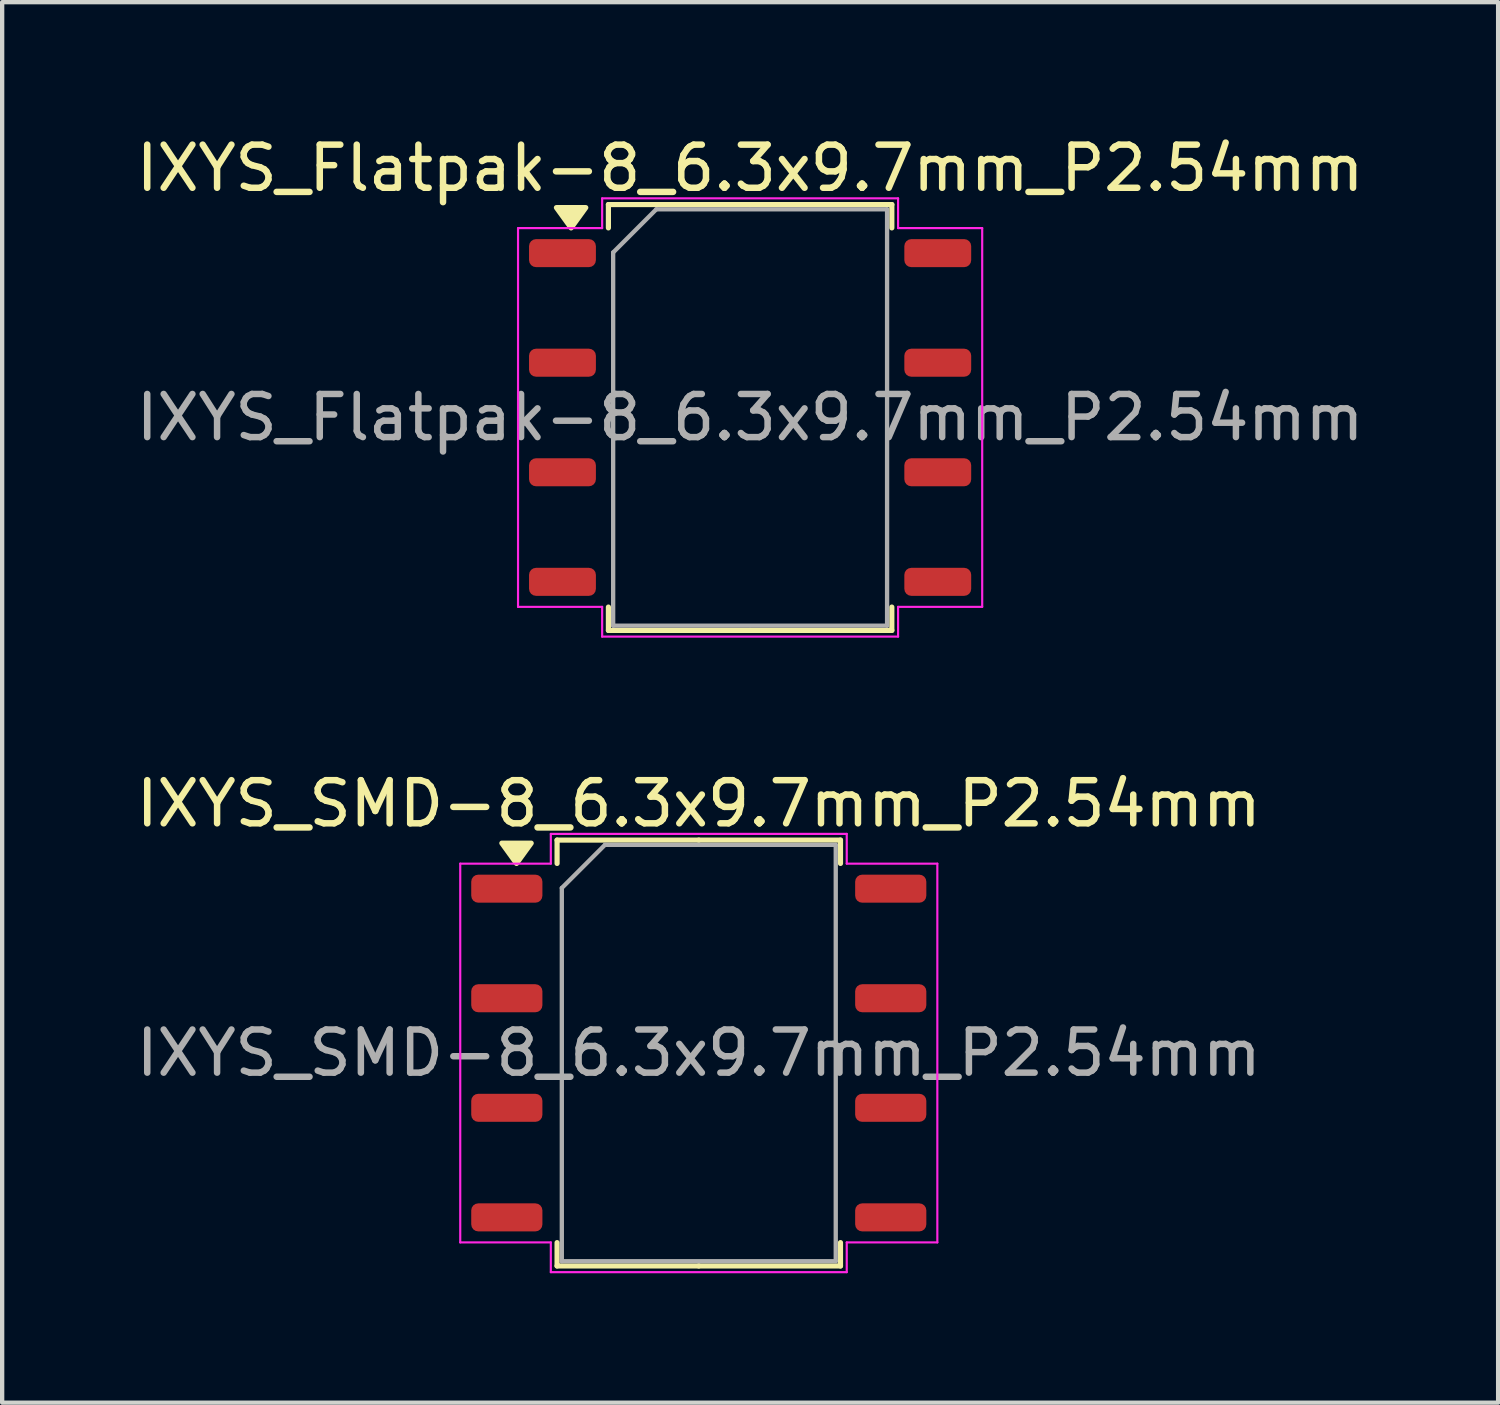
<source format=kicad_pcb>
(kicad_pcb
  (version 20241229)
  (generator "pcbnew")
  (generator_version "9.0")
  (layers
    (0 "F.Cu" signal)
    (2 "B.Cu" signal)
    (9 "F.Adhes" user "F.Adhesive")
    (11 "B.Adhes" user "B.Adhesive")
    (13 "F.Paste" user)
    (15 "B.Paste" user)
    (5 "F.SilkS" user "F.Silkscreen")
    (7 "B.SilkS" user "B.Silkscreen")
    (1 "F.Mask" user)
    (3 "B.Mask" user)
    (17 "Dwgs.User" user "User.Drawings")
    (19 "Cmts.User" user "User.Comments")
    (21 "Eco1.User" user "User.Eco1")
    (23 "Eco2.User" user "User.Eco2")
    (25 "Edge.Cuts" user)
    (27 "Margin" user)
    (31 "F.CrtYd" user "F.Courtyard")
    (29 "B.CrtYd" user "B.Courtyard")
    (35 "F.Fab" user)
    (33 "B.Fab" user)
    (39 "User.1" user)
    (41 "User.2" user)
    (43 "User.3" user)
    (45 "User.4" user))
  (footprint "IXYS_Flatpak-8_6.3x9.7mm_P2.54mm"
    (layer "F.Cu")
    (at 14.339 6.628)
    (property "Reference" "IXYS_Flatpak-8_6.3x9.7mm_P2.54mm" (at 0 -5.78 0) (layer "F.SilkS") (effects (font (size 1 1) (thickness 0.15))))
    (attr smd)
    (fp_line (start -3.285 -4.936) (end -3.285 -4.395) (stroke (width 0.12) (type solid)) (layer "F.SilkS"))
    (fp_line (start -3.285 4.936) (end -3.285 4.395) (stroke (width 0.12) (type solid)) (layer "F.SilkS"))
    (fp_line (start 0 -4.936) (end -3.285 -4.936) (stroke (width 0.12) (type solid)) (layer "F.SilkS"))
    (fp_line (start 0 -4.936) (end 3.285 -4.936) (stroke (width 0.12) (type solid)) (layer "F.SilkS"))
    (fp_line (start 0 4.936) (end -3.285 4.936) (stroke (width 0.12) (type solid)) (layer "F.SilkS"))
    (fp_line (start 0 4.936) (end 3.285 4.936) (stroke (width 0.12) (type solid)) (layer "F.SilkS"))
    (fp_line (start 3.285 -4.936) (end 3.285 -4.395) (stroke (width 0.12) (type solid)) (layer "F.SilkS"))
    (fp_line (start 3.285 4.936) (end 3.285 4.395) (stroke (width 0.12) (type solid)) (layer "F.SilkS"))
    (fp_poly (pts (xy -4.15 -4.395) (xy -4.49 -4.865) (xy -3.81 -4.865)) (stroke (width 0.12) (type solid)) (fill yes) (layer "F.SilkS"))
    (fp_line (start -5.38 -4.39) (end -3.43 -4.39) (stroke (width 0.05) (type solid)) (layer "F.CrtYd"))
    (fp_line (start -5.38 4.39) (end -5.38 -4.39) (stroke (width 0.05) (type solid)) (layer "F.CrtYd"))
    (fp_line (start -3.43 -5.08) (end 3.43 -5.08) (stroke (width 0.05) (type solid)) (layer "F.CrtYd"))
    (fp_line (start -3.43 -4.39) (end -3.43 -5.08) (stroke (width 0.05) (type solid)) (layer "F.CrtYd"))
    (fp_line (start -3.43 4.39) (end -5.38 4.39) (stroke (width 0.05) (type solid)) (layer "F.CrtYd"))
    (fp_line (start -3.43 5.08) (end -3.43 4.39) (stroke (width 0.05) (type solid)) (layer "F.CrtYd"))
    (fp_line (start 3.43 -5.08) (end 3.43 -4.39) (stroke (width 0.05) (type solid)) (layer "F.CrtYd"))
    (fp_line (start 3.43 -4.39) (end 5.38 -4.39) (stroke (width 0.05) (type solid)) (layer "F.CrtYd"))
    (fp_line (start 3.43 4.39) (end 3.43 5.08) (stroke (width 0.05) (type solid)) (layer "F.CrtYd"))
    (fp_line (start 3.43 5.08) (end -3.43 5.08) (stroke (width 0.05) (type solid)) (layer "F.CrtYd"))
    (fp_line (start 5.38 -4.39) (end 5.38 4.39) (stroke (width 0.05) (type solid)) (layer "F.CrtYd"))
    (fp_line (start 5.38 4.39) (end 3.43 4.39) (stroke (width 0.05) (type solid)) (layer "F.CrtYd"))
    (fp_line (start -3.175 -3.826) (end -2.175 -4.826) (stroke (width 0.1) (type solid)) (layer "F.Fab"))
    (fp_line (start -3.175 4.826) (end -3.175 -3.826) (stroke (width 0.1) (type solid)) (layer "F.Fab"))
    (fp_line (start -2.175 -4.826) (end 3.175 -4.826) (stroke (width 0.1) (type solid)) (layer "F.Fab"))
    (fp_line (start 3.175 -4.826) (end 3.175 4.826) (stroke (width 0.1) (type solid)) (layer "F.Fab"))
    (fp_line (start 3.175 4.826) (end -3.175 4.826) (stroke (width 0.1) (type solid)) (layer "F.Fab"))
    (fp_text user "${REFERENCE}" (at 0 0 0) (layer "F.Fab") (effects (font (size 1 1) (thickness 0.15))))
    (pad "1" smd roundrect (at -4.35 -3.81) (size 1.55 0.65) (layers "F.Cu" "F.Mask" "F.Paste") (roundrect_rratio 0.25))
    (pad "2" smd roundrect (at -4.35 -1.27) (size 1.55 0.65) (layers "F.Cu" "F.Mask" "F.Paste") (roundrect_rratio 0.25))
    (pad "3" smd roundrect (at -4.35 1.27) (size 1.55 0.65) (layers "F.Cu" "F.Mask" "F.Paste") (roundrect_rratio 0.25))
    (pad "4" smd roundrect (at -4.35 3.81) (size 1.55 0.65) (layers "F.Cu" "F.Mask" "F.Paste") (roundrect_rratio 0.25))
    (pad "5" smd roundrect (at 4.35 3.81) (size 1.55 0.65) (layers "F.Cu" "F.Mask" "F.Paste") (roundrect_rratio 0.25))
    (pad "6" smd roundrect (at 4.35 1.27) (size 1.55 0.65) (layers "F.Cu" "F.Mask" "F.Paste") (roundrect_rratio 0.25))
    (pad "7" smd roundrect (at 4.35 -1.27) (size 1.55 0.65) (layers "F.Cu" "F.Mask" "F.Paste") (roundrect_rratio 0.25))
    (pad "8" smd roundrect (at 4.35 -3.81) (size 1.55 0.65) (layers "F.Cu" "F.Mask" "F.Paste") (roundrect_rratio 0.25)))
  (footprint "IXYS_SMD-8_6.3x9.7mm_P2.54mm"
    (layer "F.Cu")
    (at 13.149 21.361)
    (property "Reference" "IXYS_SMD-8_6.3x9.7mm_P2.54mm" (at 0 -5.78 0) (layer "F.SilkS") (effects (font (size 1 1) (thickness 0.15))))
    (attr smd)
    (fp_line (start -3.285 -4.936) (end -3.285 -4.395) (stroke (width 0.12) (type solid)) (layer "F.SilkS"))
    (fp_line (start -3.285 4.936) (end -3.285 4.395) (stroke (width 0.12) (type solid)) (layer "F.SilkS"))
    (fp_line (start 0 -4.936) (end -3.285 -4.936) (stroke (width 0.12) (type solid)) (layer "F.SilkS"))
    (fp_line (start 0 -4.936) (end 3.285 -4.936) (stroke (width 0.12) (type solid)) (layer "F.SilkS"))
    (fp_line (start 0 4.936) (end -3.285 4.936) (stroke (width 0.12) (type solid)) (layer "F.SilkS"))
    (fp_line (start 0 4.936) (end 3.285 4.936) (stroke (width 0.12) (type solid)) (layer "F.SilkS"))
    (fp_line (start 3.285 -4.936) (end 3.285 -4.395) (stroke (width 0.12) (type solid)) (layer "F.SilkS"))
    (fp_line (start 3.285 4.936) (end 3.285 4.395) (stroke (width 0.12) (type solid)) (layer "F.SilkS"))
    (fp_poly (pts (xy -4.225 -4.395) (xy -4.565 -4.865) (xy -3.885 -4.865)) (stroke (width 0.12) (type solid)) (fill yes) (layer "F.SilkS"))
    (fp_line (start -5.53 -4.39) (end -3.43 -4.39) (stroke (width 0.05) (type solid)) (layer "F.CrtYd"))
    (fp_line (start -5.53 4.39) (end -5.53 -4.39) (stroke (width 0.05) (type solid)) (layer "F.CrtYd"))
    (fp_line (start -3.43 -5.08) (end 3.43 -5.08) (stroke (width 0.05) (type solid)) (layer "F.CrtYd"))
    (fp_line (start -3.43 -4.39) (end -3.43 -5.08) (stroke (width 0.05) (type solid)) (layer "F.CrtYd"))
    (fp_line (start -3.43 4.39) (end -5.53 4.39) (stroke (width 0.05) (type solid)) (layer "F.CrtYd"))
    (fp_line (start -3.43 5.08) (end -3.43 4.39) (stroke (width 0.05) (type solid)) (layer "F.CrtYd"))
    (fp_line (start 3.43 -5.08) (end 3.43 -4.39) (stroke (width 0.05) (type solid)) (layer "F.CrtYd"))
    (fp_line (start 3.43 -4.39) (end 5.53 -4.39) (stroke (width 0.05) (type solid)) (layer "F.CrtYd"))
    (fp_line (start 3.43 4.39) (end 3.43 5.08) (stroke (width 0.05) (type solid)) (layer "F.CrtYd"))
    (fp_line (start 3.43 5.08) (end -3.43 5.08) (stroke (width 0.05) (type solid)) (layer "F.CrtYd"))
    (fp_line (start 5.53 -4.39) (end 5.53 4.39) (stroke (width 0.05) (type solid)) (layer "F.CrtYd"))
    (fp_line (start 5.53 4.39) (end 3.43 4.39) (stroke (width 0.05) (type solid)) (layer "F.CrtYd"))
    (fp_line (start -3.175 -3.826) (end -2.175 -4.826) (stroke (width 0.1) (type solid)) (layer "F.Fab"))
    (fp_line (start -3.175 4.826) (end -3.175 -3.826) (stroke (width 0.1) (type solid)) (layer "F.Fab"))
    (fp_line (start -2.175 -4.826) (end 3.175 -4.826) (stroke (width 0.1) (type solid)) (layer "F.Fab"))
    (fp_line (start 3.175 -4.826) (end 3.175 4.826) (stroke (width 0.1) (type solid)) (layer "F.Fab"))
    (fp_line (start 3.175 4.826) (end -3.175 4.826) (stroke (width 0.1) (type solid)) (layer "F.Fab"))
    (fp_text user "${REFERENCE}" (at 0 0 0) (layer "F.Fab") (effects (font (size 1 1) (thickness 0.15))))
    (pad "1" smd roundrect (at -4.45 -3.81) (size 1.65 0.65) (layers "F.Cu" "F.Mask" "F.Paste") (roundrect_rratio 0.25))
    (pad "2" smd roundrect (at -4.45 -1.27) (size 1.65 0.65) (layers "F.Cu" "F.Mask" "F.Paste") (roundrect_rratio 0.25))
    (pad "3" smd roundrect (at -4.45 1.27) (size 1.65 0.65) (layers "F.Cu" "F.Mask" "F.Paste") (roundrect_rratio 0.25))
    (pad "4" smd roundrect (at -4.45 3.81) (size 1.65 0.65) (layers "F.Cu" "F.Mask" "F.Paste") (roundrect_rratio 0.25))
    (pad "5" smd roundrect (at 4.45 3.81) (size 1.65 0.65) (layers "F.Cu" "F.Mask" "F.Paste") (roundrect_rratio 0.25))
    (pad "6" smd roundrect (at 4.45 1.27) (size 1.65 0.65) (layers "F.Cu" "F.Mask" "F.Paste") (roundrect_rratio 0.25))
    (pad "7" smd roundrect (at 4.45 -1.27) (size 1.65 0.65) (layers "F.Cu" "F.Mask" "F.Paste") (roundrect_rratio 0.25))
    (pad "8" smd roundrect (at 4.45 -3.81) (size 1.65 0.65) (layers "F.Cu" "F.Mask" "F.Paste") (roundrect_rratio 0.25)))
  (gr_rect
    (start -3 -3)
    (end 31.679 29.466)
    (stroke (width 0.1) (type default))
    (fill no)
    (layer "Edge.Cuts")))
</source>
